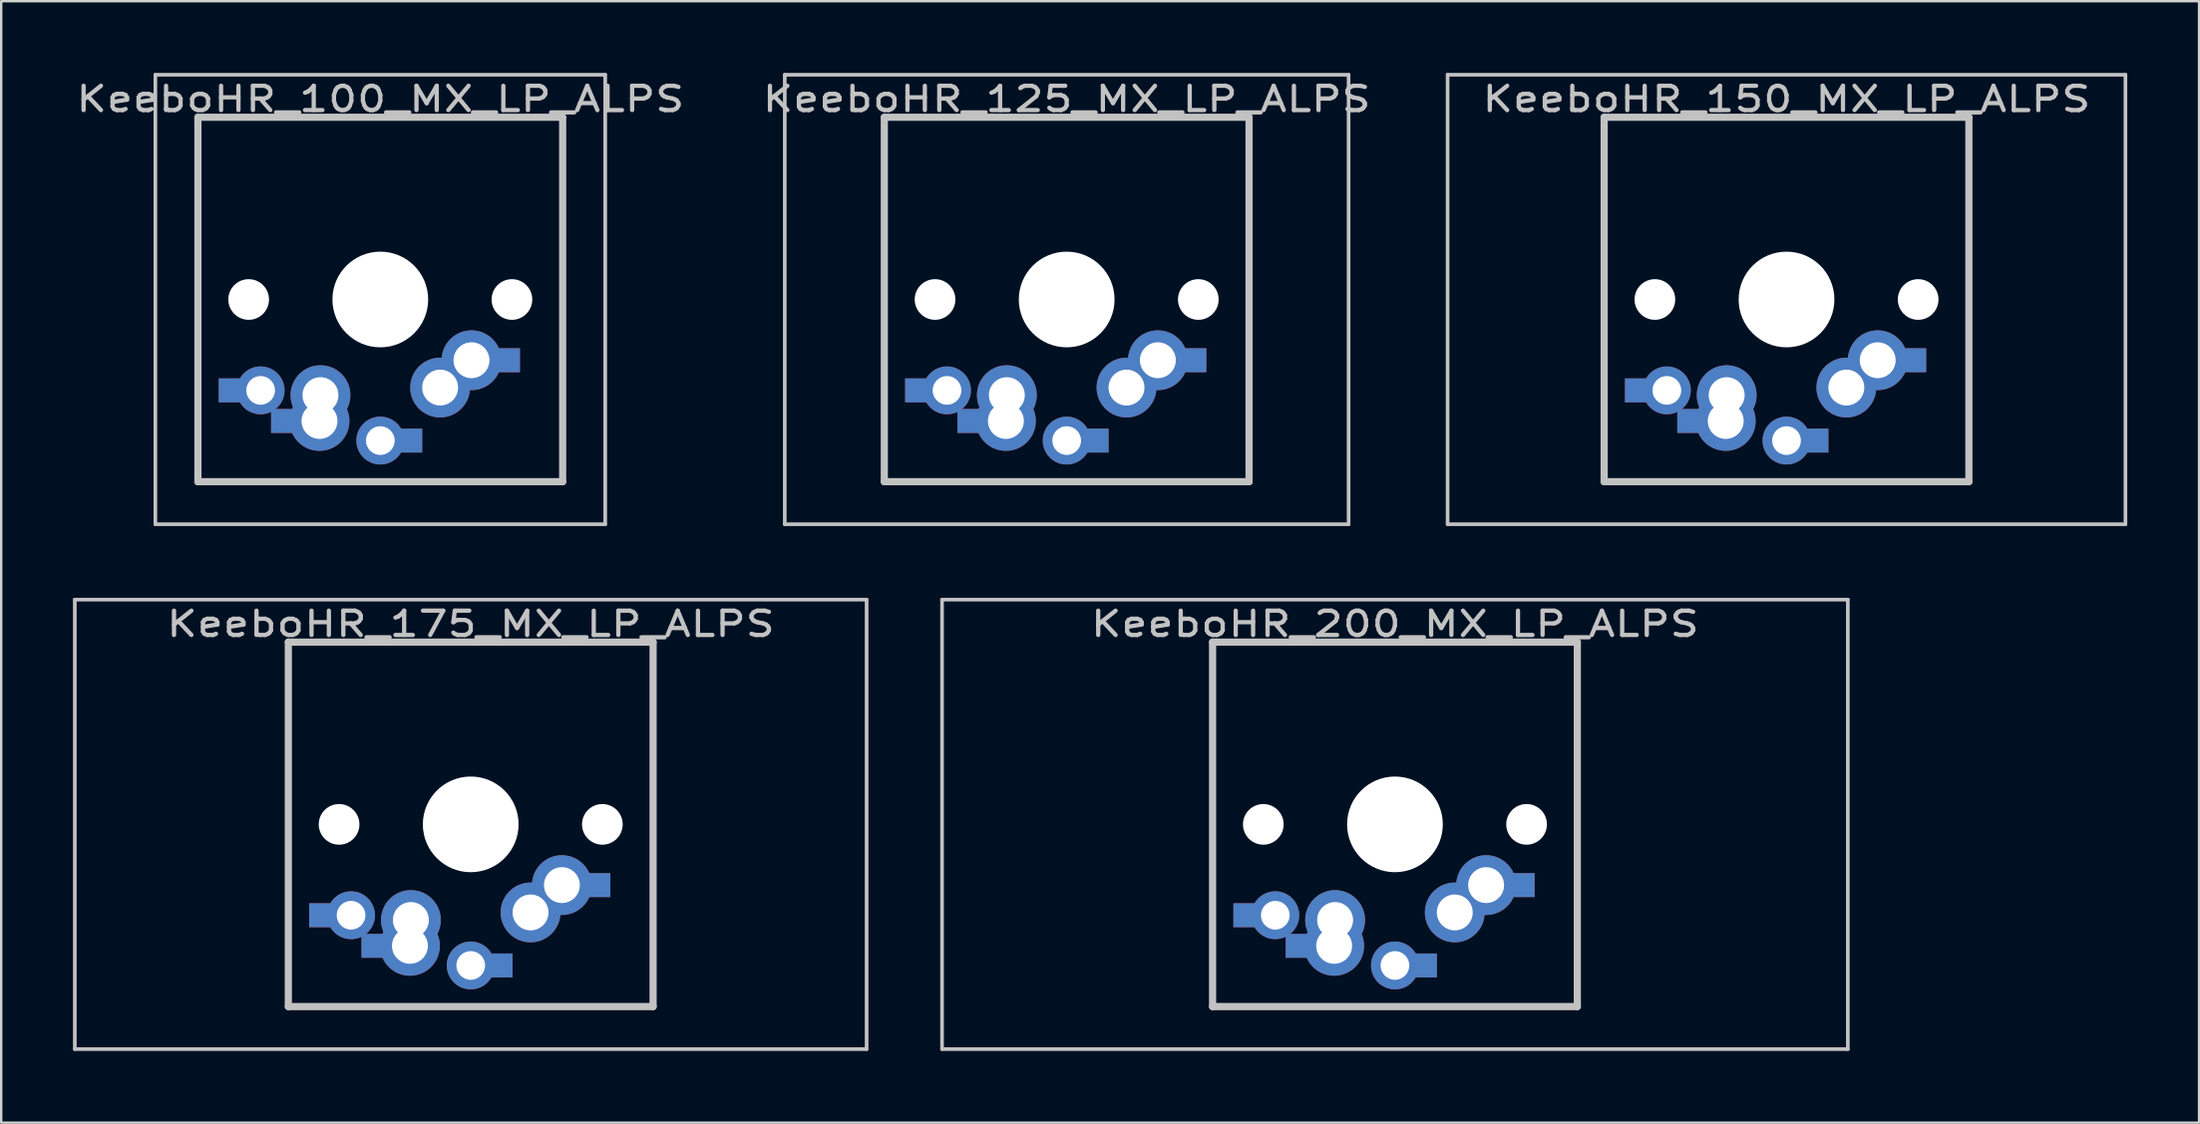
<source format=kicad_pcb>
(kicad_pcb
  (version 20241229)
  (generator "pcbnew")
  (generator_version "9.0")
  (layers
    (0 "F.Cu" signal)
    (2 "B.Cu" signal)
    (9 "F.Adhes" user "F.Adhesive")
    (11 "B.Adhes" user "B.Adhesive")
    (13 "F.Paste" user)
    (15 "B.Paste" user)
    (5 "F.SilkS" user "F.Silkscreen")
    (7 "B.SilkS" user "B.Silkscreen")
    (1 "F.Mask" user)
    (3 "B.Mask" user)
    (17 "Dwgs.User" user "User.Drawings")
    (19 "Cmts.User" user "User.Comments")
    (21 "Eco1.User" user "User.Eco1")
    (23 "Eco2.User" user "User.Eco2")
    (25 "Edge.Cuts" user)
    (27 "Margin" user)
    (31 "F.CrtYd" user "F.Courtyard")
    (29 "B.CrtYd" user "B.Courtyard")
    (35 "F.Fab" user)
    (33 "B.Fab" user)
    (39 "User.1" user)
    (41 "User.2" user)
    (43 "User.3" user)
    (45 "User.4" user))
  (footprint "KeeboHR_100_MX_LP_ALPS"
    (layer "F.Cu")
    (at 12.84 9.474)
    (property "Reference" "KeeboHR_100_MX_LP_ALPS" (at 0 -8.382 0) (layer "Dwgs.User") (effects (font (size 1.016 1.27) (thickness 0.178))))
    (attr through_hole)
    (fp_line (start -9.398 -9.398) (end 9.398 -9.398) (stroke (width 0.152) (type solid)) (layer "Dwgs.User"))
    (fp_line (start -9.398 9.398) (end -9.398 -9.398) (stroke (width 0.152) (type solid)) (layer "Dwgs.User"))
    (fp_line (start -7.62 -7.62) (end 7.62 -7.62) (stroke (width 0.3) (type solid)) (layer "Dwgs.User"))
    (fp_line (start -7.62 7.62) (end -7.62 -7.62) (stroke (width 0.3) (type solid)) (layer "Dwgs.User"))
    (fp_line (start 7.62 -7.62) (end 7.62 7.62) (stroke (width 0.3) (type solid)) (layer "Dwgs.User"))
    (fp_line (start 7.62 7.62) (end -7.62 7.62) (stroke (width 0.3) (type solid)) (layer "Dwgs.User"))
    (fp_line (start 9.398 -9.398) (end 9.398 9.398) (stroke (width 0.152) (type solid)) (layer "Dwgs.User"))
    (fp_line (start 9.398 9.398) (end -9.398 9.398) (stroke (width 0.152) (type solid)) (layer "Dwgs.User"))
    (pad "" np_thru_hole circle (at -5.5 0) (size 1.7 1.7) (drill 1.7) (layers "*.Cu" "*.Mask"))
    (pad "" np_thru_hole circle (at 0 0) (size 4 4) (drill 4) (layers "*.Cu" "*.Mask"))
    (pad "" np_thru_hole circle (at 5.5 0) (size 1.7 1.7) (drill 1.7) (layers "*.Cu" "*.Mask"))
    (pad "1" thru_hole circle (at 0 5.9) (size 2 2) (drill 1.2) (layers "*.Cu" "*.Mask"))
    (pad "1" smd rect (at 1.25 5.9) (size 1 1) (layers "*.Cu" "*.Mask"))
    (pad "1" thru_hole circle (at 2.5 3.683) (size 2.5 2.5) (drill 1.5) (layers "*.Cu" "*.Mask"))
    (pad "1" thru_hole circle (at 3.81 2.54) (size 2.5 2.5) (drill 1.5) (layers "*.Cu" "*.Mask"))
    (pad "1" smd rect (at 5.334 2.54) (size 1 1) (layers "*.Cu" "*.Mask"))
    (pad "2" smd rect (at -6.25 3.8) (size 1 1) (layers "*.Cu" "*.Mask"))
    (pad "2" thru_hole circle (at -5 3.8) (size 2 2) (drill 1.2) (layers "*.Cu" "*.Mask"))
    (pad "2" smd rect (at -4.064 5.08) (size 1 1) (layers "*.Cu" "*.Mask"))
    (pad "2" thru_hole circle (at -2.54 5.08) (size 2.5 2.5) (drill 1.5) (layers "*.Cu" "*.Mask"))
    (pad "2" thru_hole circle (at -2.5 4) (size 2.5 2.5) (drill 1.5) (layers "*.Cu" "*.Mask")))
  (footprint "KeeboHR_175_MX_LP_ALPS"
    (layer "F.Cu")
    (at 16.618 31.423)
    (property "Reference" "KeeboHR_175_MX_LP_ALPS" (at 0 -8.382 0) (layer "Dwgs.User") (effects (font (size 1.016 1.27) (thickness 0.178))))
    (attr through_hole)
    (fp_line (start -16.542 -9.398) (end 16.542 -9.398) (stroke (width 0.152) (type solid)) (layer "Dwgs.User"))
    (fp_line (start -16.542 9.398) (end -16.542 -9.398) (stroke (width 0.152) (type solid)) (layer "Dwgs.User"))
    (fp_line (start -7.62 -7.62) (end 7.62 -7.62) (stroke (width 0.3) (type solid)) (layer "Dwgs.User"))
    (fp_line (start -7.62 7.62) (end -7.62 -7.62) (stroke (width 0.3) (type solid)) (layer "Dwgs.User"))
    (fp_line (start 7.62 -7.62) (end 7.62 7.62) (stroke (width 0.3) (type solid)) (layer "Dwgs.User"))
    (fp_line (start 7.62 7.62) (end -7.62 7.62) (stroke (width 0.3) (type solid)) (layer "Dwgs.User"))
    (fp_line (start 16.542 -9.398) (end 16.542 9.398) (stroke (width 0.152) (type solid)) (layer "Dwgs.User"))
    (fp_line (start 16.542 9.398) (end -16.542 9.398) (stroke (width 0.152) (type solid)) (layer "Dwgs.User"))
    (pad "" np_thru_hole circle (at -5.5 0) (size 1.7 1.7) (drill 1.7) (layers "*.Cu" "*.Mask"))
    (pad "" np_thru_hole circle (at 0 0) (size 4 4) (drill 4) (layers "*.Cu" "*.Mask"))
    (pad "" np_thru_hole circle (at 5.5 0) (size 1.7 1.7) (drill 1.7) (layers "*.Cu" "*.Mask"))
    (pad "1" thru_hole circle (at 0 5.9) (size 2 2) (drill 1.2) (layers "*.Cu" "*.Mask"))
    (pad "1" smd rect (at 1.25 5.9) (size 1 1) (layers "*.Cu" "*.Mask"))
    (pad "1" thru_hole circle (at 2.5 3.683) (size 2.5 2.5) (drill 1.5) (layers "*.Cu" "*.Mask"))
    (pad "1" thru_hole circle (at 3.81 2.54) (size 2.5 2.5) (drill 1.5) (layers "*.Cu" "*.Mask"))
    (pad "1" smd rect (at 5.334 2.54) (size 1 1) (layers "*.Cu" "*.Mask"))
    (pad "2" smd rect (at -6.25 3.8) (size 1 1) (layers "*.Cu" "*.Mask"))
    (pad "2" thru_hole circle (at -5 3.8) (size 2 2) (drill 1.2) (layers "*.Cu" "*.Mask"))
    (pad "2" smd rect (at -4.064 5.08) (size 1 1) (layers "*.Cu" "*.Mask"))
    (pad "2" thru_hole circle (at -2.54 5.08) (size 2.5 2.5) (drill 1.5) (layers "*.Cu" "*.Mask"))
    (pad "2" thru_hole circle (at -2.5 4) (size 2.5 2.5) (drill 1.5) (layers "*.Cu" "*.Mask")))
  (footprint "KeeboHR_150_MX_LP_ALPS"
    (layer "F.Cu")
    (at 71.596 9.474)
    (property "Reference" "KeeboHR_150_MX_LP_ALPS" (at 0 -8.382 0) (layer "Dwgs.User") (effects (font (size 1.016 1.27) (thickness 0.178))))
    (attr through_hole)
    (fp_line (start -14.161 -9.398) (end 14.161 -9.398) (stroke (width 0.152) (type solid)) (layer "Dwgs.User"))
    (fp_line (start -14.161 9.398) (end -14.161 -9.398) (stroke (width 0.152) (type solid)) (layer "Dwgs.User"))
    (fp_line (start -7.62 -7.62) (end 7.62 -7.62) (stroke (width 0.3) (type solid)) (layer "Dwgs.User"))
    (fp_line (start -7.62 7.62) (end -7.62 -7.62) (stroke (width 0.3) (type solid)) (layer "Dwgs.User"))
    (fp_line (start 7.62 -7.62) (end 7.62 7.62) (stroke (width 0.3) (type solid)) (layer "Dwgs.User"))
    (fp_line (start 7.62 7.62) (end -7.62 7.62) (stroke (width 0.3) (type solid)) (layer "Dwgs.User"))
    (fp_line (start 14.161 -9.398) (end 14.161 9.398) (stroke (width 0.152) (type solid)) (layer "Dwgs.User"))
    (fp_line (start 14.161 9.398) (end -14.161 9.398) (stroke (width 0.152) (type solid)) (layer "Dwgs.User"))
    (pad "" np_thru_hole circle (at -5.5 0) (size 1.7 1.7) (drill 1.7) (layers "*.Cu" "*.Mask"))
    (pad "" np_thru_hole circle (at 0 0) (size 4 4) (drill 4) (layers "*.Cu" "*.Mask"))
    (pad "" np_thru_hole circle (at 5.5 0) (size 1.7 1.7) (drill 1.7) (layers "*.Cu" "*.Mask"))
    (pad "1" thru_hole circle (at 0 5.9) (size 2 2) (drill 1.2) (layers "*.Cu" "*.Mask"))
    (pad "1" smd rect (at 1.25 5.9) (size 1 1) (layers "*.Cu" "*.Mask"))
    (pad "1" thru_hole circle (at 2.5 3.683) (size 2.5 2.5) (drill 1.5) (layers "*.Cu" "*.Mask"))
    (pad "1" thru_hole circle (at 3.81 2.54) (size 2.5 2.5) (drill 1.5) (layers "*.Cu" "*.Mask"))
    (pad "1" smd rect (at 5.334 2.54) (size 1 1) (layers "*.Cu" "*.Mask"))
    (pad "2" smd rect (at -6.25 3.8) (size 1 1) (layers "*.Cu" "*.Mask"))
    (pad "2" thru_hole circle (at -5 3.8) (size 2 2) (drill 1.2) (layers "*.Cu" "*.Mask"))
    (pad "2" smd rect (at -4.064 5.08) (size 1 1) (layers "*.Cu" "*.Mask"))
    (pad "2" thru_hole circle (at -2.54 5.08) (size 2.5 2.5) (drill 1.5) (layers "*.Cu" "*.Mask"))
    (pad "2" thru_hole circle (at -2.5 4) (size 2.5 2.5) (drill 1.5) (layers "*.Cu" "*.Mask")))
  (footprint "KeeboHR_125_MX_LP_ALPS"
    (layer "F.Cu")
    (at 41.519 9.474)
    (property "Reference" "KeeboHR_125_MX_LP_ALPS" (at 0 -8.382 0) (layer "Dwgs.User") (effects (font (size 1.016 1.27) (thickness 0.178))))
    (attr through_hole)
    (fp_line (start -11.779 -9.398) (end 11.779 -9.398) (stroke (width 0.152) (type solid)) (layer "Dwgs.User"))
    (fp_line (start -11.779 9.398) (end -11.779 -9.398) (stroke (width 0.152) (type solid)) (layer "Dwgs.User"))
    (fp_line (start -7.62 -7.62) (end 7.62 -7.62) (stroke (width 0.3) (type solid)) (layer "Dwgs.User"))
    (fp_line (start -7.62 7.62) (end -7.62 -7.62) (stroke (width 0.3) (type solid)) (layer "Dwgs.User"))
    (fp_line (start 7.62 -7.62) (end 7.62 7.62) (stroke (width 0.3) (type solid)) (layer "Dwgs.User"))
    (fp_line (start 7.62 7.62) (end -7.62 7.62) (stroke (width 0.3) (type solid)) (layer "Dwgs.User"))
    (fp_line (start 11.779 -9.398) (end 11.779 9.398) (stroke (width 0.152) (type solid)) (layer "Dwgs.User"))
    (fp_line (start 11.779 9.398) (end -11.779 9.398) (stroke (width 0.152) (type solid)) (layer "Dwgs.User"))
    (pad "" np_thru_hole circle (at -5.5 0) (size 1.7 1.7) (drill 1.7) (layers "*.Cu" "*.Mask"))
    (pad "" np_thru_hole circle (at 0 0) (size 4 4) (drill 4) (layers "*.Cu" "*.Mask"))
    (pad "" np_thru_hole circle (at 5.5 0) (size 1.7 1.7) (drill 1.7) (layers "*.Cu" "*.Mask"))
    (pad "1" thru_hole circle (at 0 5.9) (size 2 2) (drill 1.2) (layers "*.Cu" "*.Mask"))
    (pad "1" smd rect (at 1.25 5.9) (size 1 1) (layers "*.Cu" "*.Mask"))
    (pad "1" thru_hole circle (at 2.5 3.683) (size 2.5 2.5) (drill 1.5) (layers "*.Cu" "*.Mask"))
    (pad "1" thru_hole circle (at 3.81 2.54) (size 2.5 2.5) (drill 1.5) (layers "*.Cu" "*.Mask"))
    (pad "1" smd rect (at 5.334 2.54) (size 1 1) (layers "*.Cu" "*.Mask"))
    (pad "2" smd rect (at -6.25 3.8) (size 1 1) (layers "*.Cu" "*.Mask"))
    (pad "2" thru_hole circle (at -5 3.8) (size 2 2) (drill 1.2) (layers "*.Cu" "*.Mask"))
    (pad "2" smd rect (at -4.064 5.08) (size 1 1) (layers "*.Cu" "*.Mask"))
    (pad "2" thru_hole circle (at -2.54 5.08) (size 2.5 2.5) (drill 1.5) (layers "*.Cu" "*.Mask"))
    (pad "2" thru_hole circle (at -2.5 4) (size 2.5 2.5) (drill 1.5) (layers "*.Cu" "*.Mask")))
  (footprint "KeeboHR_200_MX_LP_ALPS"
    (layer "F.Cu")
    (at 55.235 31.423)
    (property "Reference" "KeeboHR_200_MX_LP_ALPS" (at 0 -8.382 0) (layer "Dwgs.User") (effects (font (size 1.016 1.27) (thickness 0.178))))
    (attr through_hole)
    (fp_line (start -18.923 -9.398) (end 18.923 -9.398) (stroke (width 0.152) (type solid)) (layer "Dwgs.User"))
    (fp_line (start -18.923 9.398) (end -18.923 -9.398) (stroke (width 0.152) (type solid)) (layer "Dwgs.User"))
    (fp_line (start -7.62 -7.62) (end 7.62 -7.62) (stroke (width 0.3) (type solid)) (layer "Dwgs.User"))
    (fp_line (start -7.62 7.62) (end -7.62 -7.62) (stroke (width 0.3) (type solid)) (layer "Dwgs.User"))
    (fp_line (start 7.62 -7.62) (end 7.62 7.62) (stroke (width 0.3) (type solid)) (layer "Dwgs.User"))
    (fp_line (start 7.62 7.62) (end -7.62 7.62) (stroke (width 0.3) (type solid)) (layer "Dwgs.User"))
    (fp_line (start 18.923 -9.398) (end 18.923 9.398) (stroke (width 0.152) (type solid)) (layer "Dwgs.User"))
    (fp_line (start 18.923 9.398) (end -18.923 9.398) (stroke (width 0.152) (type solid)) (layer "Dwgs.User"))
    (pad "" np_thru_hole circle (at -5.5 0) (size 1.7 1.7) (drill 1.7) (layers "*.Cu" "*.Mask"))
    (pad "" np_thru_hole circle (at 0 0) (size 4 4) (drill 4) (layers "*.Cu" "*.Mask"))
    (pad "" np_thru_hole circle (at 5.5 0) (size 1.7 1.7) (drill 1.7) (layers "*.Cu" "*.Mask"))
    (pad "1" thru_hole circle (at 0 5.9) (size 2 2) (drill 1.2) (layers "*.Cu" "*.Mask"))
    (pad "1" smd rect (at 1.25 5.9) (size 1 1) (layers "*.Cu" "*.Mask"))
    (pad "1" thru_hole circle (at 2.5 3.683) (size 2.5 2.5) (drill 1.5) (layers "*.Cu" "*.Mask"))
    (pad "1" thru_hole circle (at 3.81 2.54) (size 2.5 2.5) (drill 1.5) (layers "*.Cu" "*.Mask"))
    (pad "1" smd rect (at 5.334 2.54) (size 1 1) (layers "*.Cu" "*.Mask"))
    (pad "2" smd rect (at -6.25 3.8) (size 1 1) (layers "*.Cu" "*.Mask"))
    (pad "2" thru_hole circle (at -5 3.8) (size 2 2) (drill 1.2) (layers "*.Cu" "*.Mask"))
    (pad "2" smd rect (at -4.064 5.08) (size 1 1) (layers "*.Cu" "*.Mask"))
    (pad "2" thru_hole circle (at -2.54 5.08) (size 2.5 2.5) (drill 1.5) (layers "*.Cu" "*.Mask"))
    (pad "2" thru_hole circle (at -2.5 4) (size 2.5 2.5) (drill 1.5) (layers "*.Cu" "*.Mask")))
  (gr_rect
    (start -3 -3)
    (end 88.832 43.897)
    (stroke (width 0.1) (type default))
    (fill no)
    (layer "Edge.Cuts")))
</source>
